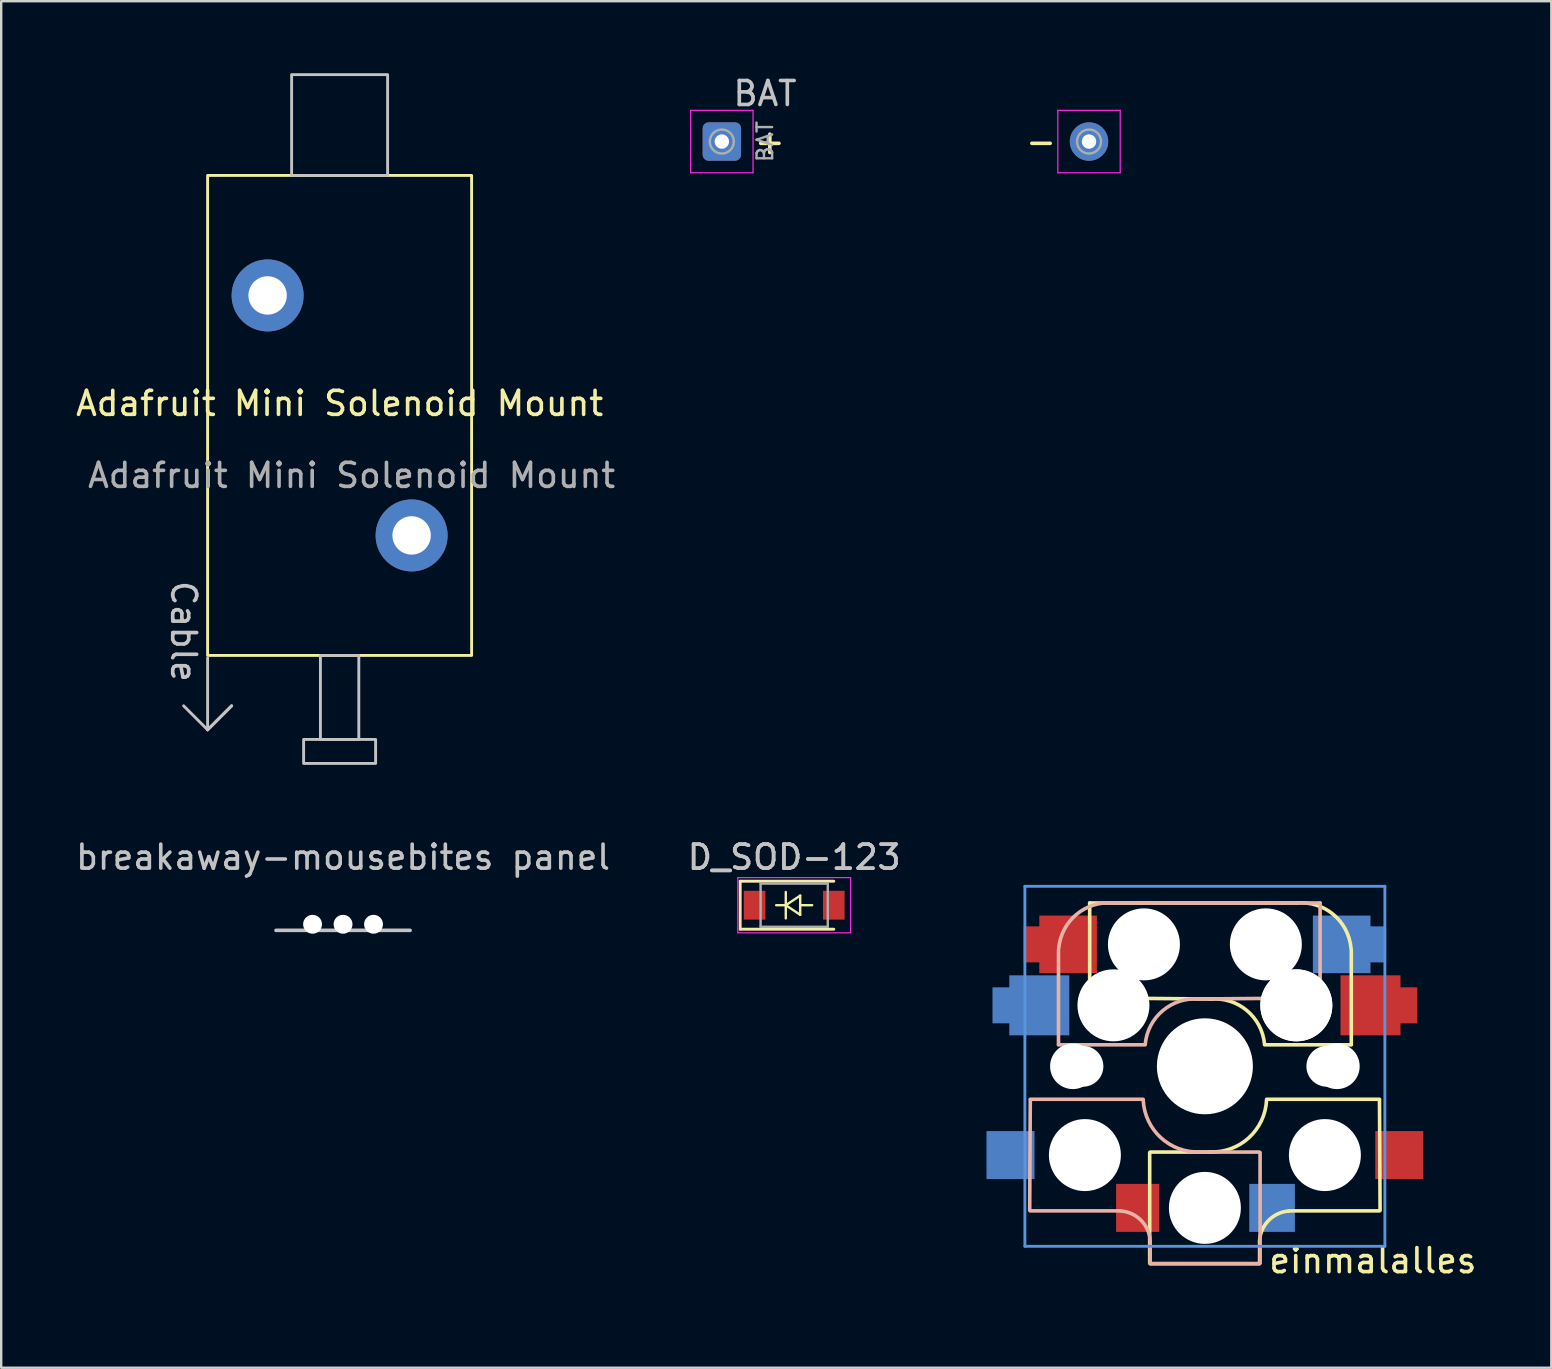
<source format=kicad_pcb>
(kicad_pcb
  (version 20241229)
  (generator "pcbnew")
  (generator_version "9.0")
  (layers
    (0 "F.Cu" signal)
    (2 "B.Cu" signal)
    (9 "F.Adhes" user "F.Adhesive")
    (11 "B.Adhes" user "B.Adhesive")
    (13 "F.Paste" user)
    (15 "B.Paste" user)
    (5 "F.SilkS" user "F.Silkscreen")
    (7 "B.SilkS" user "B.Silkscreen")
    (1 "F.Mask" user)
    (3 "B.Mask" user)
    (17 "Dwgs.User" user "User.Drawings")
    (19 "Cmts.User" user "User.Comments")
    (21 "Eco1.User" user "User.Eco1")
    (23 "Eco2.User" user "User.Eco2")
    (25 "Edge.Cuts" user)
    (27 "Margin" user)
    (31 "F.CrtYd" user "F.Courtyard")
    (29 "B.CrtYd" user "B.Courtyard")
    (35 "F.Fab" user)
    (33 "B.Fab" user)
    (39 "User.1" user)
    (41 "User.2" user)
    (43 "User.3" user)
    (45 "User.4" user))
  (footprint "breakaway-mousebites panel"
    (layer "F.Cu")
    (at 11.244 35.716)
    (property "Reference" "breakaway-mousebites panel" (at 0 -3.048 180) (layer "Dwgs.User") (effects (font (size 1 1) (thickness 0.15))))
    (attr through_hole)
    (fp_line (start -2.794 0) (end 2.794 0) (stroke (width 0.15) (type solid)) (layer "Dwgs.User"))
    (pad "" np_thru_hole circle (at -1.27 -0.254) (size 0.787 0.787) (drill 0.787) (layers "*.Cu" "*.Mask"))
    (pad "" np_thru_hole circle (at 0 -0.254) (size 0.787 0.787) (drill 0.787) (layers "*.Cu" "*.Mask"))
    (pad "" np_thru_hole circle (at 1.27 -0.254) (size 0.787 0.787) (drill 0.787) (layers "*.Cu" "*.Mask")))
  (footprint "Adafruit Mini Solenoid Mount"
    (layer "F.Cu")
    (at 11.101 14.26)
    (property "Reference" "Adafruit Mini Solenoid Mount" (at 0 -0.5 0) (unlocked yes) (layer "F.SilkS") (effects (font (size 1 1) (thickness 0.15))))
    (attr through_hole)
    (fp_rect (start -5.5 -10) (end 5.5 10) (stroke (width 0.12) (type solid)) (fill no) (layer "F.SilkS"))
    (fp_line (start -5.5 10.1) (end -5.5 13.1) (stroke (width 0.12) (type solid)) (layer "Dwgs.User"))
    (fp_line (start -5.5 13.1) (end -6.5 12.1) (stroke (width 0.12) (type solid)) (layer "Dwgs.User"))
    (fp_line (start -5.5 13.1) (end -4.5 12.1) (stroke (width 0.12) (type solid)) (layer "Dwgs.User"))
    (fp_line (start -4.5 12.1) (end -5.5 13.1) (stroke (width 0.12) (type solid)) (layer "Dwgs.User"))
    (fp_rect (start -2 -10) (end 2 -14.2) (stroke (width 0.12) (type solid)) (fill no) (layer "Dwgs.User"))
    (fp_rect (start -1.5 13.5) (end 1.5 14.5) (stroke (width 0.12) (type solid)) (fill no) (layer "Dwgs.User"))
    (fp_rect (start -0.8 10) (end 0.8 13.5) (stroke (width 0.12) (type solid)) (fill no) (layer "Dwgs.User"))
    (fp_text user "Cable" (at -6.5 9 270) (unlocked yes) (layer "Dwgs.User") (effects (font (size 1 1) (thickness 0.15))))
    (fp_text user "${REFERENCE}" (at 0.5 2.5 0) (unlocked yes) (layer "F.Fab") (effects (font (size 1 1) (thickness 0.15))))
    (pad "1" thru_hole circle (at -3 -5) (size 3 3) (drill 1.6) (layers "*.Cu" "*.Mask"))
    (pad "2" thru_hole circle (at 3 5) (size 3 3) (drill 1.6) (layers "*.Cu" "*.Mask")))
  (footprint "BAT"
    (layer "F.Cu")
    (at 27.027 2.848)
    (property "Reference" "BAT" (at 1.8 -2 0) (layer "Dwgs.User") (effects (font (size 1 1) (thickness 0.15))))
    (attr exclude_from_pos_files)
    (fp_line (start -1.3 -1.3) (end -1.3 1.3) (stroke (width 0.05) (type solid)) (layer "F.CrtYd"))
    (fp_line (start -1.3 1.3) (end 1.3 1.3) (stroke (width 0.05) (type solid)) (layer "F.CrtYd"))
    (fp_line (start 1.3 -1.3) (end -1.3 -1.3) (stroke (width 0.05) (type solid)) (layer "F.CrtYd"))
    (fp_line (start 1.3 1.3) (end 1.3 -1.3) (stroke (width 0.05) (type solid)) (layer "F.CrtYd"))
    (fp_line (start 14 -1.3) (end 14 1.3) (stroke (width 0.05) (type solid)) (layer "F.CrtYd"))
    (fp_line (start 14 1.3) (end 16.6 1.3) (stroke (width 0.05) (type solid)) (layer "F.CrtYd"))
    (fp_line (start 16.6 -1.3) (end 14 -1.3) (stroke (width 0.05) (type solid)) (layer "F.CrtYd"))
    (fp_line (start 16.6 1.3) (end 16.6 -1.3) (stroke (width 0.05) (type solid)) (layer "F.CrtYd"))
    (fp_circle (center 0 0) (end 0.5 0) (stroke (width 0.1) (type solid)) (fill no) (layer "F.Fab"))
    (fp_circle (center 15.3 0) (end 15.8 0) (stroke (width 0.1) (type solid)) (fill no) (layer "F.Fab"))
    (fp_text user "+" (at 2 0 0) (unlocked yes) (layer "F.SilkS") (effects (font (size 1 1) (thickness 0.15))))
    (fp_text user "-" (at 13.3 0 0) (unlocked yes) (layer "F.SilkS") (effects (font (size 1 1) (thickness 0.15))))
    (fp_text user "${REFERENCE}" (at 1.8 0 90) (layer "F.Fab") (effects (font (size 0.65 0.65) (thickness 0.1))))
    (pad "1" thru_hole roundrect (at 0 0) (size 1.6 1.6) (drill 0.6) (layers "*.Cu" "*.Mask") (roundrect_rratio 0.156))
    (pad "2" thru_hole circle (at 15.3 0) (size 1.6 1.6) (drill 0.6) (layers "*.Cu" "*.Mask")))
  (footprint "einmalalles"
    (layer "F.Cu")
    (at 47.155 41.38)
    (property "Reference" "einmalalles" (at 7 8.1 0) (layer "F.SilkS") (effects (font (size 1 1) (thickness 0.15))))
    (attr through_hole)
    (fp_line (start -4.8 -6.804) (end 3.825 -6.804) (stroke (width 0.15) (type solid)) (layer "F.SilkS"))
    (fp_line (start -4.8 -2.896) (end -4.8 -6.804) (stroke (width 0.15) (type solid)) (layer "F.SilkS"))
    (fp_line (start -4.8 -2.85) (end 0.25 -2.804) (stroke (width 0.15) (type solid)) (layer "F.SilkS"))
    (fp_line (start -2.3 3.6) (end -2.3 8.2) (stroke (width 0.15) (type solid)) (layer "F.SilkS"))
    (fp_line (start -2.275 3.575) (end 0.275 3.575) (stroke (width 0.15) (type solid)) (layer "F.SilkS"))
    (fp_line (start -2.275 8.225) (end 2.275 8.225) (stroke (width 0.15) (type solid)) (layer "F.SilkS"))
    (fp_line (start 2.28 7.5) (end 2.28 8.2) (stroke (width 0.15) (type solid)) (layer "F.SilkS"))
    (fp_line (start 2.575 1.375) (end 7.275 1.375) (stroke (width 0.15) (type solid)) (layer "F.SilkS"))
    (fp_line (start 3.5 6.025) (end 7.275 6.025) (stroke (width 0.15) (type solid)) (layer "F.SilkS"))
    (fp_line (start 6.1 -4.85) (end 6.1 -0.905) (stroke (width 0.15) (type solid)) (layer "F.SilkS"))
    (fp_line (start 6.1 -0.896) (end 2.49 -0.896) (stroke (width 0.15) (type solid)) (layer "F.SilkS"))
    (fp_line (start 7.275 1.4) (end 7.3 6) (stroke (width 0.15) (type solid)) (layer "F.SilkS"))
    (fp_arc (start 0.225 -2.8) (mid 1.744361 -2.328062) (end 2.485001 -0.920001) (stroke (width 0.15) (type solid)) (layer "F.SilkS"))
    (fp_arc (start 2.279999 7.449999) (mid 2.595908 6.487329) (end 3.5 6.03) (stroke (width 0.15) (type solid)) (layer "F.SilkS"))
    (fp_arc (start 2.57 1.4) (mid 1.834422 2.975843) (end 0.2 3.57) (stroke (width 0.15) (type solid)) (layer "F.SilkS"))
    (fp_arc (start 3.825 -6.804) (mid 5.347189 -6.33089) (end 6.089 -4.92) (stroke (width 0.15) (type solid)) (layer "F.SilkS"))
    (fp_line (start -7.275 1.4) (end -7.3 6) (stroke (width 0.15) (type solid)) (layer "B.SilkS"))
    (fp_line (start -6.1 -4.85) (end -6.1 -0.905) (stroke (width 0.15) (type solid)) (layer "B.SilkS"))
    (fp_line (start -6.1 -0.896) (end -2.49 -0.896) (stroke (width 0.15) (type solid)) (layer "B.SilkS"))
    (fp_line (start -3.5 6.025) (end -7.275 6.025) (stroke (width 0.15) (type solid)) (layer "B.SilkS"))
    (fp_line (start -2.575 1.375) (end -7.275 1.375) (stroke (width 0.15) (type solid)) (layer "B.SilkS"))
    (fp_line (start -2.28 7.5) (end -2.28 8.2) (stroke (width 0.15) (type solid)) (layer "B.SilkS"))
    (fp_line (start 2.275 3.575) (end -0.275 3.575) (stroke (width 0.15) (type solid)) (layer "B.SilkS"))
    (fp_line (start 2.275 8.225) (end -2.275 8.225) (stroke (width 0.15) (type solid)) (layer "B.SilkS"))
    (fp_line (start 2.3 3.6) (end 2.3 8.2) (stroke (width 0.15) (type solid)) (layer "B.SilkS"))
    (fp_line (start 4.8 -6.804) (end -3.825 -6.804) (stroke (width 0.15) (type solid)) (layer "B.SilkS"))
    (fp_line (start 4.8 -2.896) (end 4.8 -6.804) (stroke (width 0.15) (type solid)) (layer "B.SilkS"))
    (fp_line (start 4.8 -2.85) (end -0.25 -2.804) (stroke (width 0.15) (type solid)) (layer "B.SilkS"))
    (fp_arc (start -6.089 -4.92) (mid -5.347189 -6.33089) (end -3.825 -6.804) (stroke (width 0.15) (type solid)) (layer "B.SilkS"))
    (fp_arc (start -3.5 6.03) (mid -2.595908 6.48733) (end -2.28 7.45) (stroke (width 0.15) (type solid)) (layer "B.SilkS"))
    (fp_arc (start -2.484999 -0.920001) (mid -1.74436 -2.328062) (end -0.225 -2.8) (stroke (width 0.15) (type solid)) (layer "B.SilkS"))
    (fp_arc (start -0.2 3.57) (mid -1.834422 2.975843) (end -2.57 1.4) (stroke (width 0.15) (type solid)) (layer "B.SilkS"))
    (fp_line (start -7.5 -7.5) (end 7.5 -7.5) (stroke (width 0.12) (type solid)) (layer "Cmts.User"))
    (fp_line (start -7.5 7.5) (end -7.5 -7.5) (stroke (width 0.12) (type solid)) (layer "Cmts.User"))
    (fp_line (start 7.5 -7.5) (end 7.5 7.5) (stroke (width 0.12) (type solid)) (layer "Cmts.User"))
    (fp_line (start 7.5 7.5) (end -7.5 7.5) (stroke (width 0.12) (type solid)) (layer "Cmts.User"))
    (fp_line (start -9 -8.5) (end 9 -8.5) (stroke (width 0.12) (type solid)) (layer "Eco1.User"))
    (fp_line (start -9 8.5) (end -9 -8.5) (stroke (width 0.12) (type solid)) (layer "Eco1.User"))
    (fp_line (start 9 -8.5) (end 9 8.5) (stroke (width 0.12) (type solid)) (layer "Eco1.User"))
    (fp_line (start 9 8.5) (end -9 8.5) (stroke (width 0.12) (type solid)) (layer "Eco1.User"))
    (fp_line (start -9.5 -9.5) (end 9.5 -9.5) (stroke (width 0.12) (type solid)) (layer "Eco2.User"))
    (fp_line (start -9.5 9.5) (end -9.5 -9.5) (stroke (width 0.12) (type solid)) (layer "Eco2.User"))
    (fp_line (start -7 -7) (end 7 -7) (stroke (width 0.15) (type solid)) (layer "Eco2.User"))
    (fp_line (start -7 7) (end -7 -7) (stroke (width 0.15) (type solid)) (layer "Eco2.User"))
    (fp_line (start 7 -7) (end 7 7) (stroke (width 0.15) (type solid)) (layer "Eco2.User"))
    (fp_line (start 7 7) (end -7 7) (stroke (width 0.15) (type solid)) (layer "Eco2.User"))
    (fp_line (start 9.5 -9.5) (end 9.5 9.5) (stroke (width 0.12) (type solid)) (layer "Eco2.User"))
    (fp_line (start 9.5 9.5) (end -9.5 9.5) (stroke (width 0.12) (type solid)) (layer "Eco2.User"))
    (pad "" np_thru_hole circle (at -5.5 0 90) (size 1.9 1.9) (drill 1.9) (layers "*.Cu" "*.Mask"))
    (pad "" np_thru_hole circle (at -5.08 0) (size 1.7 1.7) (drill 1.7) (layers "*.Cu" "*.Mask"))
    (pad "" np_thru_hole circle (at -5 3.7 90) (size 3 3) (drill 3) (layers "*.Cu" "*.Mask"))
    (pad "" np_thru_hole circle (at -3.825 -2.58 180) (size 0.1 0.1) (drill 0.1) (layers "*.Cu" "*.Mask"))
    (pad "" np_thru_hole circle (at -3.81 -2.54 180) (size 3 3) (drill 3) (layers "*.Cu" "*.Mask"))
    (pad "" np_thru_hole circle (at -2.54 -5.08 180) (size 3 3) (drill 3) (layers "*.Cu" "*.Mask"))
    (pad "" np_thru_hole circle (at 0 0 90) (size 4 4) (drill 4) (layers "*.Cu" "*.Mask"))
    (pad "" np_thru_hole circle (at 0 5.9 90) (size 3 3) (drill 3) (layers "*.Cu" "*.Mask"))
    (pad "" np_thru_hole circle (at 2.54 -5.08 180) (size 3 3) (drill 3) (layers "*.Cu" "*.Mask"))
    (pad "" np_thru_hole circle (at 3.81 -2.54 180) (size 3 3) (drill 3) (layers "*.Cu" "*.Mask"))
    (pad "" np_thru_hole circle (at 3.81 -2.54 180) (size 3 3) (drill 3) (layers "*.Cu" "*.Mask"))
    (pad "" np_thru_hole circle (at 3.825 -2.58 180) (size 0.1 0.1) (drill 0.1) (layers "*.Cu" "*.Mask"))
    (pad "" np_thru_hole circle (at 5 3.7 270) (size 3 3) (drill 3) (layers "*.Cu" "*.Mask"))
    (pad "" np_thru_hole circle (at 5.08 0) (size 1.7 1.7) (drill 1.7) (layers "*.Cu" "*.Mask"))
    (pad "" np_thru_hole circle (at 5.5 0 90) (size 1.9 1.9) (drill 1.9) (layers "*.Cu" "*.Mask"))
    (pad "1" smd rect (at -8.1 3.7 180) (size 2 2) (layers "B.Cu" "B.Mask" "B.Paste"))
    (pad "1" smd custom (at -6.9 -2.54) (size 2.5 2.5) (layers "B.Cu" "B.Mask" "B.Paste") (options (anchor rect)) (primitives (gr_poly (pts (xy -1.95 -0.75) (xy -1.25 -0.75) (xy -1.25 0.75) (xy -1.95 0.75)) (width 0) (fill yes))))
    (pad "1" smd custom (at -5.7 -5.08) (size 2.4 2.4) (layers "F.Cu" "F.Mask" "F.Paste") (options (anchor rect)) (primitives (gr_poly (pts (xy -1.85 -0.75) (xy -1.15 -0.75) (xy -1.15 0.75) (xy -1.85 0.75)) (width 0) (fill yes))))
    (pad "1" smd rect (at -2.8 5.9 180) (size 1.8 2) (layers "F.Cu" "F.Mask" "F.Paste"))
    (pad "2" smd rect (at 2.8 5.9 180) (size 1.9 2) (layers "B.Cu" "B.Mask" "B.Paste"))
    (pad "2" smd custom (at 5.7 -5.08 180) (size 2.4 2.4) (layers "B.Cu" "B.Mask" "B.Paste") (options (anchor rect)) (primitives (gr_poly (pts (xy -1.85 -0.75) (xy -1.15 -0.75) (xy -1.15 0.75) (xy -1.85 0.75)) (width 0) (fill yes))))
    (pad "2" smd custom (at 6.9 -2.54 180) (size 2.5 2.5) (layers "F.Cu" "F.Mask" "F.Paste") (options (anchor rect)) (primitives (gr_poly (pts (xy -1.95 -0.75) (xy -1.25 -0.75) (xy -1.25 0.75) (xy -1.95 0.75)) (width 0) (fill yes))))
    (pad "2" smd rect (at 8.1 3.7 180) (size 2 2) (layers "F.Cu" "F.Mask" "F.Paste")))
  (footprint "D_SOD-123"
    (layer "F.Cu")
    (at 30.042 34.668)
    (property "Reference" "D_SOD-123" (at 0 -2 180) (layer "Dwgs.User") (effects (font (size 1 1) (thickness 0.15))))
    (attr smd)
    (fp_line (start -2.25 -1) (end -2.25 1) (stroke (width 0.12) (type solid)) (layer "F.SilkS"))
    (fp_line (start -2.25 -1) (end 1.65 -1) (stroke (width 0.12) (type solid)) (layer "F.SilkS"))
    (fp_line (start -2.25 1) (end 1.65 1) (stroke (width 0.12) (type solid)) (layer "F.SilkS"))
    (fp_line (start -0.75 0) (end -0.35 0) (stroke (width 0.1) (type solid)) (layer "F.SilkS"))
    (fp_line (start -0.35 0) (end -0.35 -0.55) (stroke (width 0.1) (type solid)) (layer "F.SilkS"))
    (fp_line (start -0.35 0) (end -0.35 0.55) (stroke (width 0.1) (type solid)) (layer "F.SilkS"))
    (fp_line (start -0.35 0) (end 0.25 -0.4) (stroke (width 0.1) (type solid)) (layer "F.SilkS"))
    (fp_line (start 0.25 -0.4) (end 0.25 0.4) (stroke (width 0.1) (type solid)) (layer "F.SilkS"))
    (fp_line (start 0.25 0) (end 0.75 0) (stroke (width 0.1) (type solid)) (layer "F.SilkS"))
    (fp_line (start 0.25 0.4) (end -0.35 0) (stroke (width 0.1) (type solid)) (layer "F.SilkS"))
    (fp_line (start -2.35 -1.15) (end -2.35 1.15) (stroke (width 0.05) (type solid)) (layer "F.CrtYd"))
    (fp_line (start -2.35 -1.15) (end 2.35 -1.15) (stroke (width 0.05) (type solid)) (layer "F.CrtYd"))
    (fp_line (start 2.35 -1.15) (end 2.35 1.15) (stroke (width 0.05) (type solid)) (layer "F.CrtYd"))
    (fp_line (start 2.35 1.15) (end -2.35 1.15) (stroke (width 0.05) (type solid)) (layer "F.CrtYd"))
    (fp_line (start -1.4 -0.9) (end 1.4 -0.9) (stroke (width 0.1) (type solid)) (layer "F.Fab"))
    (fp_line (start -1.4 0.9) (end -1.4 -0.9) (stroke (width 0.1) (type solid)) (layer "F.Fab"))
    (fp_line (start 1.4 -0.9) (end 1.4 0.9) (stroke (width 0.1) (type solid)) (layer "F.Fab"))
    (fp_line (start 1.4 0.9) (end -1.4 0.9) (stroke (width 0.1) (type solid)) (layer "F.Fab"))
    (fp_text user "${REFERENCE}" (at 0 -2 180) (layer "F.Fab") (effects (font (size 1 1) (thickness 0.15))))
    (pad "1" smd rect (at -1.65 0) (size 0.9 1.2) (layers "F.Cu" "F.Mask" "F.Paste"))
    (pad "2" smd rect (at 1.65 0) (size 0.9 1.2) (layers "F.Cu" "F.Mask" "F.Paste")))
  (gr_rect
    (start -3 -3)
    (end 61.59 53.94)
    (stroke (width 0.1) (type default))
    (fill no)
    (layer "Edge.Cuts")))
</source>
